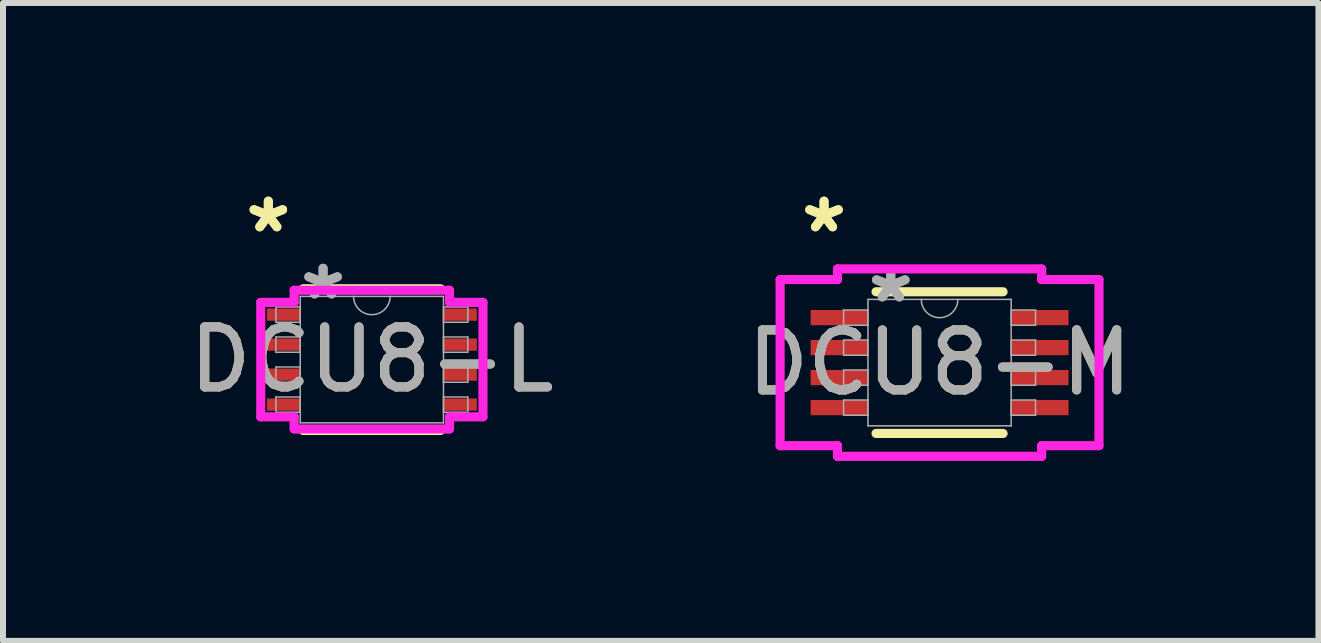
<source format=kicad_pcb>
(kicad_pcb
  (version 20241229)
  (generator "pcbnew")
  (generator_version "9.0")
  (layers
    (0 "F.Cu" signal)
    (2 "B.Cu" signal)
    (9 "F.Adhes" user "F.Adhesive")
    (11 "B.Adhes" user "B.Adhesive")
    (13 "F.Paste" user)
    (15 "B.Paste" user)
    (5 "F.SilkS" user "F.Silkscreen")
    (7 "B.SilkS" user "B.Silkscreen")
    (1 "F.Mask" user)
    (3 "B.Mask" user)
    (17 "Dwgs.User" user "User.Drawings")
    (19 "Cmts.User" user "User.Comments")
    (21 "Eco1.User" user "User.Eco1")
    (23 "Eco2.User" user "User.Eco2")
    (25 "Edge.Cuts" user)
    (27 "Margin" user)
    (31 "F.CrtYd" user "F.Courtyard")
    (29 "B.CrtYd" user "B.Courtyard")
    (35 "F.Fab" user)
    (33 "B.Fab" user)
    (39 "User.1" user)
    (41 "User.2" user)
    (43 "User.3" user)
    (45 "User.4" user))
  (footprint "DCU8-M"
    (layer "F.Cu")
    (at 12.613 2.995)
    (property "Reference" "DCU8-M" (at 0 0 0) (unlocked yes) (layer "F.SilkS") (effects (font (size 1 1) (thickness 0.15))))
    (attr smd)
    (fp_line (start -1.059 1.181) (end 1.059 1.181) (stroke (width 0.152) (type solid)) (layer "F.SilkS"))
    (fp_line (start 1.059 -1.181) (end -1.059 -1.181) (stroke (width 0.152) (type solid)) (layer "F.SilkS"))
    (fp_line (start -2.658 -1.385) (end -1.702 -1.385) (stroke (width 0.152) (type solid)) (layer "F.CrtYd"))
    (fp_line (start -2.658 1.385) (end -2.658 -1.385) (stroke (width 0.152) (type solid)) (layer "F.CrtYd"))
    (fp_line (start -2.658 1.385) (end -1.702 1.385) (stroke (width 0.152) (type solid)) (layer "F.CrtYd"))
    (fp_line (start -1.702 -1.562) (end 1.702 -1.562) (stroke (width 0.152) (type solid)) (layer "F.CrtYd"))
    (fp_line (start -1.702 -1.385) (end -1.702 -1.562) (stroke (width 0.152) (type solid)) (layer "F.CrtYd"))
    (fp_line (start -1.702 1.562) (end -1.702 1.385) (stroke (width 0.152) (type solid)) (layer "F.CrtYd"))
    (fp_line (start 1.702 -1.562) (end 1.702 -1.385) (stroke (width 0.152) (type solid)) (layer "F.CrtYd"))
    (fp_line (start 1.702 1.385) (end 1.702 1.562) (stroke (width 0.152) (type solid)) (layer "F.CrtYd"))
    (fp_line (start 1.702 1.562) (end -1.702 1.562) (stroke (width 0.152) (type solid)) (layer "F.CrtYd"))
    (fp_line (start 2.658 -1.385) (end 1.702 -1.385) (stroke (width 0.152) (type solid)) (layer "F.CrtYd"))
    (fp_line (start 2.658 -1.385) (end 2.658 1.385) (stroke (width 0.152) (type solid)) (layer "F.CrtYd"))
    (fp_line (start 2.658 1.385) (end 1.702 1.385) (stroke (width 0.152) (type solid)) (layer "F.CrtYd"))
    (fp_line (start -1.6 -0.877) (end -1.6 -0.623) (stroke (width 0.025) (type solid)) (layer "F.Fab"))
    (fp_line (start -1.6 -0.623) (end -1.194 -0.623) (stroke (width 0.025) (type solid)) (layer "F.Fab"))
    (fp_line (start -1.6 -0.377) (end -1.6 -0.123) (stroke (width 0.025) (type solid)) (layer "F.Fab"))
    (fp_line (start -1.6 -0.123) (end -1.194 -0.123) (stroke (width 0.025) (type solid)) (layer "F.Fab"))
    (fp_line (start -1.6 0.123) (end -1.6 0.377) (stroke (width 0.025) (type solid)) (layer "F.Fab"))
    (fp_line (start -1.6 0.377) (end -1.194 0.377) (stroke (width 0.025) (type solid)) (layer "F.Fab"))
    (fp_line (start -1.6 0.623) (end -1.6 0.877) (stroke (width 0.025) (type solid)) (layer "F.Fab"))
    (fp_line (start -1.6 0.877) (end -1.194 0.877) (stroke (width 0.025) (type solid)) (layer "F.Fab"))
    (fp_line (start -1.194 -1.054) (end -1.194 1.054) (stroke (width 0.025) (type solid)) (layer "F.Fab"))
    (fp_line (start -1.194 -0.877) (end -1.6 -0.877) (stroke (width 0.025) (type solid)) (layer "F.Fab"))
    (fp_line (start -1.194 -0.623) (end -1.194 -0.877) (stroke (width 0.025) (type solid)) (layer "F.Fab"))
    (fp_line (start -1.194 -0.377) (end -1.6 -0.377) (stroke (width 0.025) (type solid)) (layer "F.Fab"))
    (fp_line (start -1.194 -0.123) (end -1.194 -0.377) (stroke (width 0.025) (type solid)) (layer "F.Fab"))
    (fp_line (start -1.194 0.123) (end -1.6 0.123) (stroke (width 0.025) (type solid)) (layer "F.Fab"))
    (fp_line (start -1.194 0.377) (end -1.194 0.123) (stroke (width 0.025) (type solid)) (layer "F.Fab"))
    (fp_line (start -1.194 0.623) (end -1.6 0.623) (stroke (width 0.025) (type solid)) (layer "F.Fab"))
    (fp_line (start -1.194 0.877) (end -1.194 0.623) (stroke (width 0.025) (type solid)) (layer "F.Fab"))
    (fp_line (start -1.194 1.054) (end 1.194 1.054) (stroke (width 0.025) (type solid)) (layer "F.Fab"))
    (fp_line (start 1.194 -1.054) (end -1.194 -1.054) (stroke (width 0.025) (type solid)) (layer "F.Fab"))
    (fp_line (start 1.194 -0.877) (end 1.194 -0.623) (stroke (width 0.025) (type solid)) (layer "F.Fab"))
    (fp_line (start 1.194 -0.623) (end 1.6 -0.623) (stroke (width 0.025) (type solid)) (layer "F.Fab"))
    (fp_line (start 1.194 -0.377) (end 1.194 -0.123) (stroke (width 0.025) (type solid)) (layer "F.Fab"))
    (fp_line (start 1.194 -0.123) (end 1.6 -0.123) (stroke (width 0.025) (type solid)) (layer "F.Fab"))
    (fp_line (start 1.194 0.123) (end 1.194 0.377) (stroke (width 0.025) (type solid)) (layer "F.Fab"))
    (fp_line (start 1.194 0.377) (end 1.6 0.377) (stroke (width 0.025) (type solid)) (layer "F.Fab"))
    (fp_line (start 1.194 0.623) (end 1.194 0.877) (stroke (width 0.025) (type solid)) (layer "F.Fab"))
    (fp_line (start 1.194 0.877) (end 1.6 0.877) (stroke (width 0.025) (type solid)) (layer "F.Fab"))
    (fp_line (start 1.194 1.054) (end 1.194 -1.054) (stroke (width 0.025) (type solid)) (layer "F.Fab"))
    (fp_line (start 1.6 -0.877) (end 1.194 -0.877) (stroke (width 0.025) (type solid)) (layer "F.Fab"))
    (fp_line (start 1.6 -0.623) (end 1.6 -0.877) (stroke (width 0.025) (type solid)) (layer "F.Fab"))
    (fp_line (start 1.6 -0.377) (end 1.194 -0.377) (stroke (width 0.025) (type solid)) (layer "F.Fab"))
    (fp_line (start 1.6 -0.123) (end 1.6 -0.377) (stroke (width 0.025) (type solid)) (layer "F.Fab"))
    (fp_line (start 1.6 0.123) (end 1.194 0.123) (stroke (width 0.025) (type solid)) (layer "F.Fab"))
    (fp_line (start 1.6 0.377) (end 1.6 0.123) (stroke (width 0.025) (type solid)) (layer "F.Fab"))
    (fp_line (start 1.6 0.623) (end 1.194 0.623) (stroke (width 0.025) (type solid)) (layer "F.Fab"))
    (fp_line (start 1.6 0.877) (end 1.6 0.623) (stroke (width 0.025) (type solid)) (layer "F.Fab"))
    (fp_arc (start 0.3048 -1.0541) (mid 0 -0.7493) (end -0.3048 -1.0541) (stroke (width 0.0254) (type solid)) (layer "F.Fab"))
    (fp_text user "*" (at -1.926 -2.147 0) (layer "F.SilkS") (effects (font (size 1 1) (thickness 0.15))))
    (fp_text user "*" (at -1.926 -2.147 0) (unlocked yes) (layer "F.SilkS") (effects (font (size 1 1) (thickness 0.15))))
    (fp_text user "*" (at -0.813 -0.978 0) (unlocked yes) (layer "F.Fab") (effects (font (size 1 1) (thickness 0.15))))
    (fp_text user "${REFERENCE}" (at 0 0 0) (unlocked yes) (layer "F.Fab") (effects (font (size 1 1) (thickness 0.15))))
    (fp_text user "*" (at -0.813 -0.978 0) (layer "F.Fab") (effects (font (size 1 1) (thickness 0.15))))
    (pad "1" smd rect (at -1.672 -0.75) (size 0.956 0.254) (layers "F.Cu" "F.Mask" "F.Paste"))
    (pad "2" smd rect (at -1.672 -0.25) (size 0.956 0.254) (layers "F.Cu" "F.Mask" "F.Paste"))
    (pad "3" smd rect (at -1.672 0.25) (size 0.956 0.254) (layers "F.Cu" "F.Mask" "F.Paste"))
    (pad "4" smd rect (at -1.672 0.75) (size 0.956 0.254) (layers "F.Cu" "F.Mask" "F.Paste"))
    (pad "5" smd rect (at 1.672 0.75) (size 0.956 0.254) (layers "F.Cu" "F.Mask" "F.Paste"))
    (pad "6" smd rect (at 1.672 0.25) (size 0.956 0.254) (layers "F.Cu" "F.Mask" "F.Paste"))
    (pad "7" smd rect (at 1.672 -0.25) (size 0.956 0.254) (layers "F.Cu" "F.Mask" "F.Paste"))
    (pad "8" smd rect (at 1.672 -0.75) (size 0.956 0.254) (layers "F.Cu" "F.Mask" "F.Paste")))
  (footprint "DCU8-L"
    (layer "F.Cu")
    (at 3.149 2.945)
    (property "Reference" "DCU8-L" (at 0 0 0) (unlocked yes) (layer "F.SilkS") (effects (font (size 1 1) (thickness 0.15))))
    (attr smd)
    (fp_line (start -1.145 1.181) (end 1.145 1.181) (stroke (width 0.152) (type solid)) (layer "F.SilkS"))
    (fp_line (start 1.145 -1.181) (end -1.145 -1.181) (stroke (width 0.152) (type solid)) (layer "F.SilkS"))
    (fp_line (start -1.852 -0.954) (end -1.295 -0.954) (stroke (width 0.152) (type solid)) (layer "F.CrtYd"))
    (fp_line (start -1.852 0.954) (end -1.852 -0.954) (stroke (width 0.152) (type solid)) (layer "F.CrtYd"))
    (fp_line (start -1.852 0.954) (end -1.295 0.954) (stroke (width 0.152) (type solid)) (layer "F.CrtYd"))
    (fp_line (start -1.295 -1.156) (end 1.295 -1.156) (stroke (width 0.152) (type solid)) (layer "F.CrtYd"))
    (fp_line (start -1.295 -0.954) (end -1.295 -1.156) (stroke (width 0.152) (type solid)) (layer "F.CrtYd"))
    (fp_line (start -1.295 1.156) (end -1.295 0.954) (stroke (width 0.152) (type solid)) (layer "F.CrtYd"))
    (fp_line (start 1.295 -1.156) (end 1.295 -0.954) (stroke (width 0.152) (type solid)) (layer "F.CrtYd"))
    (fp_line (start 1.295 0.954) (end 1.295 1.156) (stroke (width 0.152) (type solid)) (layer "F.CrtYd"))
    (fp_line (start 1.295 1.156) (end -1.295 1.156) (stroke (width 0.152) (type solid)) (layer "F.CrtYd"))
    (fp_line (start 1.852 -0.954) (end 1.295 -0.954) (stroke (width 0.152) (type solid)) (layer "F.CrtYd"))
    (fp_line (start 1.852 -0.954) (end 1.852 0.954) (stroke (width 0.152) (type solid)) (layer "F.CrtYd"))
    (fp_line (start 1.852 0.954) (end 1.295 0.954) (stroke (width 0.152) (type solid)) (layer "F.CrtYd"))
    (fp_line (start -1.6 -0.877) (end -1.6 -0.623) (stroke (width 0.025) (type solid)) (layer "F.Fab"))
    (fp_line (start -1.6 -0.623) (end -1.194 -0.623) (stroke (width 0.025) (type solid)) (layer "F.Fab"))
    (fp_line (start -1.6 -0.377) (end -1.6 -0.123) (stroke (width 0.025) (type solid)) (layer "F.Fab"))
    (fp_line (start -1.6 -0.123) (end -1.194 -0.123) (stroke (width 0.025) (type solid)) (layer "F.Fab"))
    (fp_line (start -1.6 0.123) (end -1.6 0.377) (stroke (width 0.025) (type solid)) (layer "F.Fab"))
    (fp_line (start -1.6 0.377) (end -1.194 0.377) (stroke (width 0.025) (type solid)) (layer "F.Fab"))
    (fp_line (start -1.6 0.623) (end -1.6 0.877) (stroke (width 0.025) (type solid)) (layer "F.Fab"))
    (fp_line (start -1.6 0.877) (end -1.194 0.877) (stroke (width 0.025) (type solid)) (layer "F.Fab"))
    (fp_line (start -1.194 -1.054) (end -1.194 1.054) (stroke (width 0.025) (type solid)) (layer "F.Fab"))
    (fp_line (start -1.194 -0.877) (end -1.6 -0.877) (stroke (width 0.025) (type solid)) (layer "F.Fab"))
    (fp_line (start -1.194 -0.623) (end -1.194 -0.877) (stroke (width 0.025) (type solid)) (layer "F.Fab"))
    (fp_line (start -1.194 -0.377) (end -1.6 -0.377) (stroke (width 0.025) (type solid)) (layer "F.Fab"))
    (fp_line (start -1.194 -0.123) (end -1.194 -0.377) (stroke (width 0.025) (type solid)) (layer "F.Fab"))
    (fp_line (start -1.194 0.123) (end -1.6 0.123) (stroke (width 0.025) (type solid)) (layer "F.Fab"))
    (fp_line (start -1.194 0.377) (end -1.194 0.123) (stroke (width 0.025) (type solid)) (layer "F.Fab"))
    (fp_line (start -1.194 0.623) (end -1.6 0.623) (stroke (width 0.025) (type solid)) (layer "F.Fab"))
    (fp_line (start -1.194 0.877) (end -1.194 0.623) (stroke (width 0.025) (type solid)) (layer "F.Fab"))
    (fp_line (start -1.194 1.054) (end 1.194 1.054) (stroke (width 0.025) (type solid)) (layer "F.Fab"))
    (fp_line (start 1.194 -1.054) (end -1.194 -1.054) (stroke (width 0.025) (type solid)) (layer "F.Fab"))
    (fp_line (start 1.194 -0.877) (end 1.194 -0.623) (stroke (width 0.025) (type solid)) (layer "F.Fab"))
    (fp_line (start 1.194 -0.623) (end 1.6 -0.623) (stroke (width 0.025) (type solid)) (layer "F.Fab"))
    (fp_line (start 1.194 -0.377) (end 1.194 -0.123) (stroke (width 0.025) (type solid)) (layer "F.Fab"))
    (fp_line (start 1.194 -0.123) (end 1.6 -0.123) (stroke (width 0.025) (type solid)) (layer "F.Fab"))
    (fp_line (start 1.194 0.123) (end 1.194 0.377) (stroke (width 0.025) (type solid)) (layer "F.Fab"))
    (fp_line (start 1.194 0.377) (end 1.6 0.377) (stroke (width 0.025) (type solid)) (layer "F.Fab"))
    (fp_line (start 1.194 0.623) (end 1.194 0.877) (stroke (width 0.025) (type solid)) (layer "F.Fab"))
    (fp_line (start 1.194 0.877) (end 1.6 0.877) (stroke (width 0.025) (type solid)) (layer "F.Fab"))
    (fp_line (start 1.194 1.054) (end 1.194 -1.054) (stroke (width 0.025) (type solid)) (layer "F.Fab"))
    (fp_line (start 1.6 -0.877) (end 1.194 -0.877) (stroke (width 0.025) (type solid)) (layer "F.Fab"))
    (fp_line (start 1.6 -0.623) (end 1.6 -0.877) (stroke (width 0.025) (type solid)) (layer "F.Fab"))
    (fp_line (start 1.6 -0.377) (end 1.194 -0.377) (stroke (width 0.025) (type solid)) (layer "F.Fab"))
    (fp_line (start 1.6 -0.123) (end 1.6 -0.377) (stroke (width 0.025) (type solid)) (layer "F.Fab"))
    (fp_line (start 1.6 0.123) (end 1.194 0.123) (stroke (width 0.025) (type solid)) (layer "F.Fab"))
    (fp_line (start 1.6 0.377) (end 1.6 0.123) (stroke (width 0.025) (type solid)) (layer "F.Fab"))
    (fp_line (start 1.6 0.623) (end 1.194 0.623) (stroke (width 0.025) (type solid)) (layer "F.Fab"))
    (fp_line (start 1.6 0.877) (end 1.6 0.623) (stroke (width 0.025) (type solid)) (layer "F.Fab"))
    (fp_arc (start 0.3048 -1.0541) (mid 0 -0.7493) (end -0.3048 -1.0541) (stroke (width 0.0254) (type solid)) (layer "F.Fab"))
    (fp_text user "*" (at -1.726 -2.097 0) (layer "F.SilkS") (effects (font (size 1 1) (thickness 0.15))))
    (fp_text user "*" (at -1.726 -2.097 0) (unlocked yes) (layer "F.SilkS") (effects (font (size 1 1) (thickness 0.15))))
    (fp_text user "*" (at -0.813 -0.978 0) (unlocked yes) (layer "F.Fab") (effects (font (size 1 1) (thickness 0.15))))
    (fp_text user "*" (at -0.813 -0.978 0) (layer "F.Fab") (effects (font (size 1 1) (thickness 0.15))))
    (fp_text user "${REFERENCE}" (at 0 0 0) (unlocked yes) (layer "F.Fab") (effects (font (size 1 1) (thickness 0.15))))
    (pad "1" smd rect (at -1.472 -0.75) (size 0.556 0.204) (layers "F.Cu" "F.Mask" "F.Paste"))
    (pad "2" smd rect (at -1.472 -0.25) (size 0.556 0.204) (layers "F.Cu" "F.Mask" "F.Paste"))
    (pad "3" smd rect (at -1.472 0.25) (size 0.556 0.204) (layers "F.Cu" "F.Mask" "F.Paste"))
    (pad "4" smd rect (at -1.472 0.75) (size 0.556 0.204) (layers "F.Cu" "F.Mask" "F.Paste"))
    (pad "5" smd rect (at 1.472 0.75) (size 0.556 0.204) (layers "F.Cu" "F.Mask" "F.Paste"))
    (pad "6" smd rect (at 1.472 0.25) (size 0.556 0.204) (layers "F.Cu" "F.Mask" "F.Paste"))
    (pad "7" smd rect (at 1.472 -0.25) (size 0.556 0.204) (layers "F.Cu" "F.Mask" "F.Paste"))
    (pad "8" smd rect (at 1.472 -0.75) (size 0.556 0.204) (layers "F.Cu" "F.Mask" "F.Paste")))
  (gr_rect
    (start -3 -3)
    (end 18.929 7.634)
    (stroke (width 0.1) (type default))
    (fill no)
    (layer "Edge.Cuts")))
</source>
